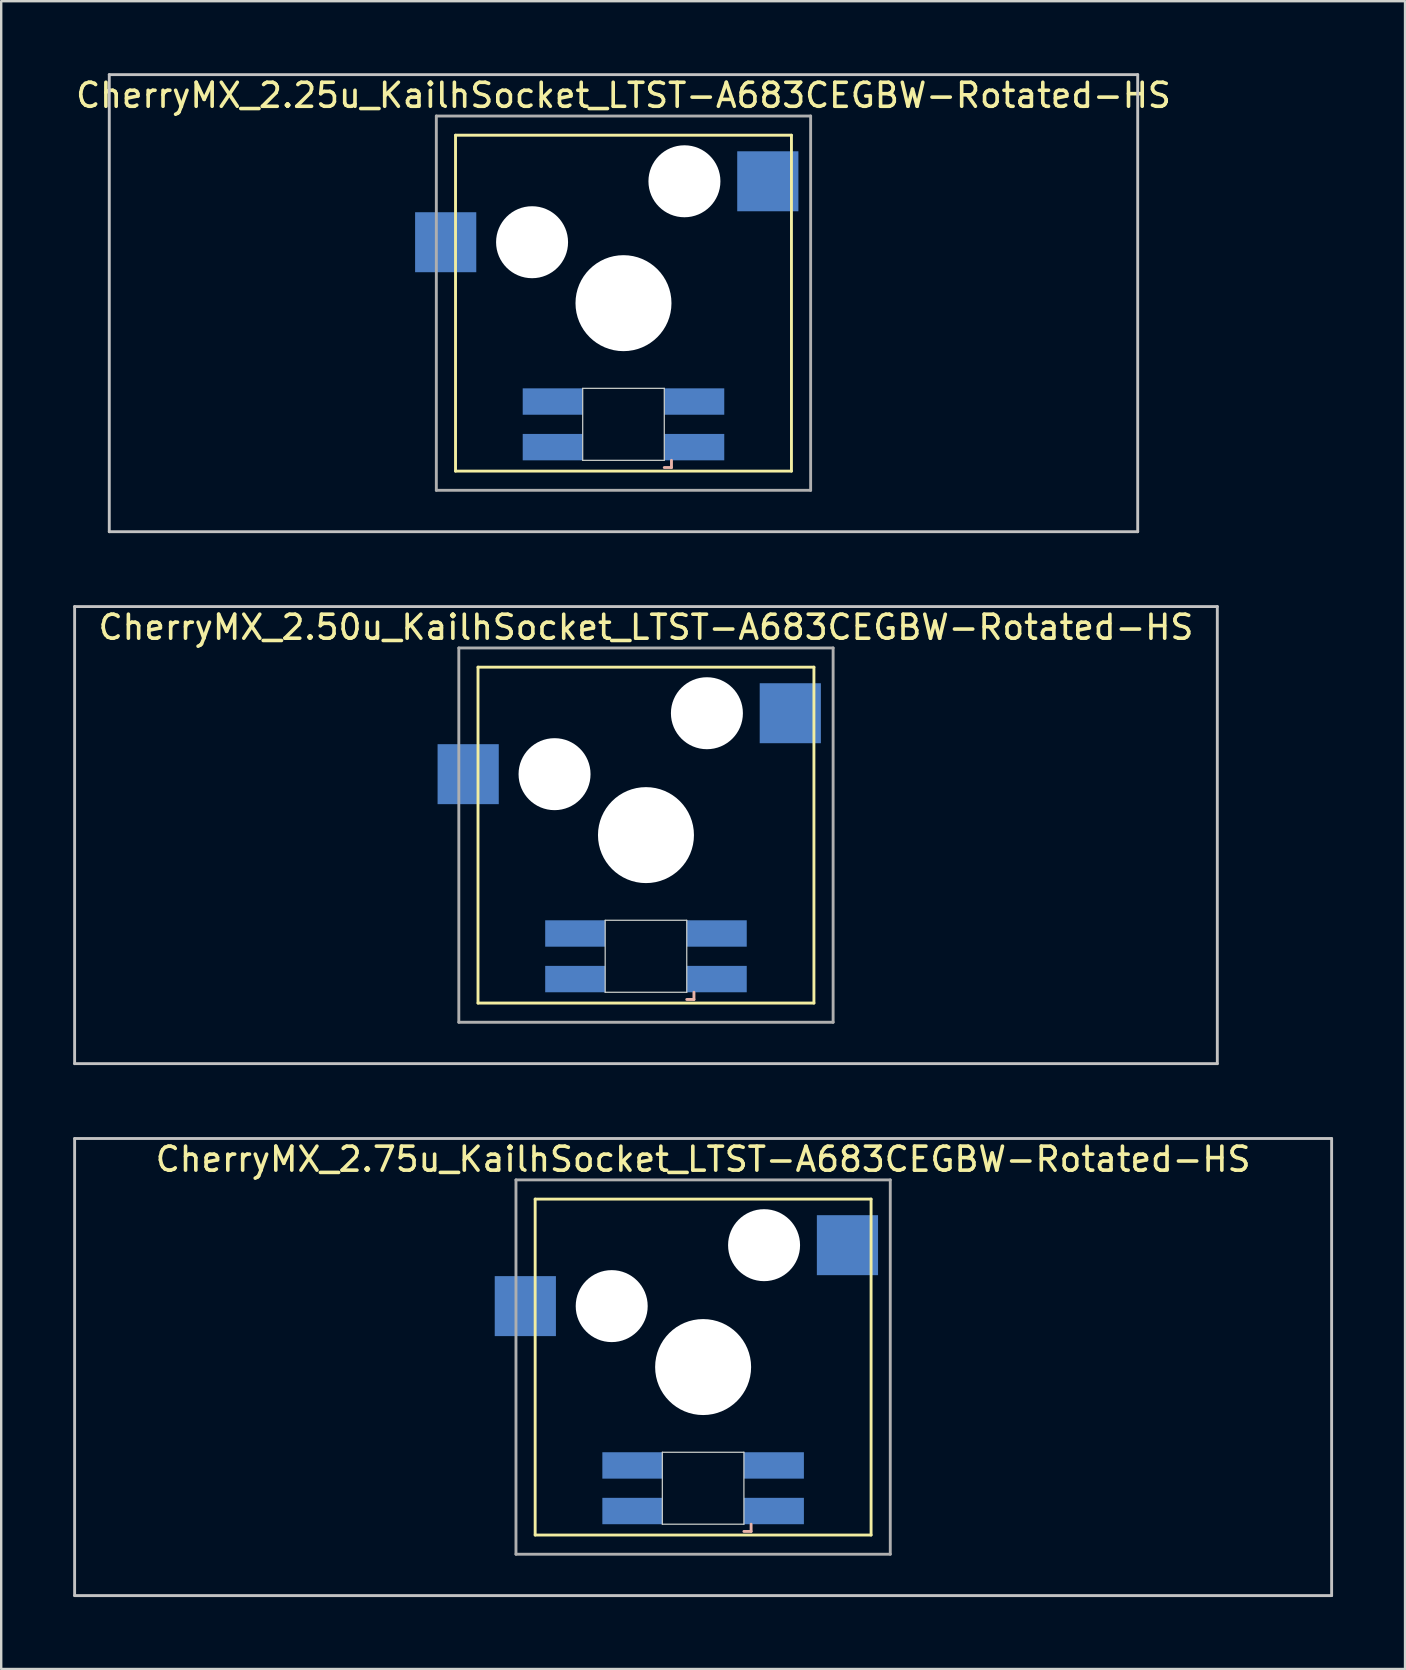
<source format=kicad_pcb>
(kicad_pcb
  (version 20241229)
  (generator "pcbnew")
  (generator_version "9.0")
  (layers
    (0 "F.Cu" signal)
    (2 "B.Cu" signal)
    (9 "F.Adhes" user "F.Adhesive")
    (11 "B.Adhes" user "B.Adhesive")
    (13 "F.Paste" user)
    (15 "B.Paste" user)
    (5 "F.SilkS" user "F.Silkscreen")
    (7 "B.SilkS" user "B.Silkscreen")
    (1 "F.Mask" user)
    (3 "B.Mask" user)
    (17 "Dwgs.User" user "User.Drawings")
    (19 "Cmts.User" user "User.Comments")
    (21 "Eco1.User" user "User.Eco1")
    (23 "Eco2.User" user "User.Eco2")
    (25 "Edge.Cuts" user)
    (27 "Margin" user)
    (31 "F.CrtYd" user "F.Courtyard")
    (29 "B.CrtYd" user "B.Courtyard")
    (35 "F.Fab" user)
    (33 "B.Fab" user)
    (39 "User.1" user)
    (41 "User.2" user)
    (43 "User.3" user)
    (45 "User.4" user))
  (footprint "CherryMX_2.50u_KailhSocket_LTST-A683CEGBW-Rotated-HS"
    (layer "F.Cu")
    (at 23.872 31.755)
    (property "Reference" "CherryMX_2.50u_KailhSocket_LTST-A683CEGBW-Rotated-HS" (at 0 -8.662 0) (layer "F.SilkS") (effects (font (size 1 1) (thickness 0.15))))
    (attr through_hole)
    (fp_line (start -7 -7) (end -7 7) (stroke (width 0.12) (type solid)) (layer "F.SilkS"))
    (fp_line (start -7 -7) (end 7 -7) (stroke (width 0.12) (type solid)) (layer "F.SilkS"))
    (fp_line (start 7 -7) (end 7 7) (stroke (width 0.12) (type solid)) (layer "F.SilkS"))
    (fp_line (start 7 7) (end -7 7) (stroke (width 0.12) (type solid)) (layer "F.SilkS"))
    (fp_line (start 1.7 6.85) (end 2 6.85) (stroke (width 0.12) (type solid)) (layer "B.SilkS"))
    (fp_line (start 2 6.85) (end 2 6.55) (stroke (width 0.12) (type solid)) (layer "B.SilkS"))
    (fp_line (start -23.812 -9.525) (end 23.812 -9.525) (stroke (width 0.12) (type solid)) (layer "Dwgs.User"))
    (fp_line (start -23.812 9.525) (end -23.812 -9.525) (stroke (width 0.12) (type solid)) (layer "Dwgs.User"))
    (fp_line (start 23.812 -9.525) (end 23.812 9.525) (stroke (width 0.12) (type solid)) (layer "Dwgs.User"))
    (fp_line (start 23.812 9.525) (end -23.812 9.525) (stroke (width 0.12) (type solid)) (layer "Dwgs.User"))
    (fp_line (start -1.7 3.55) (end 1.7 3.55) (stroke (width 0.05) (type solid)) (layer "Edge.Cuts"))
    (fp_line (start -1.7 6.55) (end -1.7 3.55) (stroke (width 0.05) (type solid)) (layer "Edge.Cuts"))
    (fp_line (start 1.7 3.55) (end 1.7 6.55) (stroke (width 0.05) (type solid)) (layer "Edge.Cuts"))
    (fp_line (start 1.7 6.55) (end -1.7 6.55) (stroke (width 0.05) (type solid)) (layer "Edge.Cuts"))
    (fp_line (start -7.8 -7.8) (end -7.8 7.8) (stroke (width 0.12) (type solid)) (layer "F.Fab"))
    (fp_line (start -7.8 -7.8) (end 7.8 -7.8) (stroke (width 0.12) (type solid)) (layer "F.Fab"))
    (fp_line (start -7.8 7.8) (end 7.8 7.8) (stroke (width 0.12) (type solid)) (layer "F.Fab"))
    (fp_line (start 7.8 -7.8) (end 7.8 7.8) (stroke (width 0.12) (type solid)) (layer "F.Fab"))
    (pad "" np_thru_hole circle (at -3.81 -2.54) (size 3 3) (drill 3) (layers "*.Cu" "*.Mask"))
    (pad "" np_thru_hole circle (at 0 0) (size 4 4) (drill 4) (layers "*.Cu" "*.Mask"))
    (pad "" np_thru_hole circle (at 2.54 -5.08) (size 3 3) (drill 3) (layers "*.Cu" "*.Mask"))
    (pad "1" smd rect (at -7.41 -2.54) (size 2.55 2.5) (layers "B.Cu" "B.Mask" "B.Paste"))
    (pad "2" smd rect (at 6.015 -5.08) (size 2.55 2.5) (layers "B.Cu" "B.Mask" "B.Paste"))
    (pad "3" smd rect (at 2.95 6) (size 2.5 1.1) (layers "B.Cu" "B.Mask" "B.Paste"))
    (pad "4" smd rect (at 2.95 4.1) (size 2.5 1.1) (layers "B.Cu" "B.Mask" "B.Paste"))
    (pad "5" smd rect (at -2.95 6) (size 2.5 1.1) (layers "B.Cu" "B.Mask" "B.Paste"))
    (pad "6" smd rect (at -2.95 4.1) (size 2.5 1.1) (layers "B.Cu" "B.Mask" "B.Paste")))
  (footprint "CherryMX_2.75u_KailhSocket_LTST-A683CEGBW-Rotated-HS"
    (layer "F.Cu")
    (at 26.254 53.925)
    (property "Reference" "CherryMX_2.75u_KailhSocket_LTST-A683CEGBW-Rotated-HS" (at 0 -8.662 0) (layer "F.SilkS") (effects (font (size 1 1) (thickness 0.15))))
    (attr through_hole)
    (fp_line (start -7 -7) (end -7 7) (stroke (width 0.12) (type solid)) (layer "F.SilkS"))
    (fp_line (start -7 -7) (end 7 -7) (stroke (width 0.12) (type solid)) (layer "F.SilkS"))
    (fp_line (start 7 -7) (end 7 7) (stroke (width 0.12) (type solid)) (layer "F.SilkS"))
    (fp_line (start 7 7) (end -7 7) (stroke (width 0.12) (type solid)) (layer "F.SilkS"))
    (fp_line (start 1.7 6.85) (end 2 6.85) (stroke (width 0.12) (type solid)) (layer "B.SilkS"))
    (fp_line (start 2 6.85) (end 2 6.55) (stroke (width 0.12) (type solid)) (layer "B.SilkS"))
    (fp_line (start -26.194 -9.525) (end 26.194 -9.525) (stroke (width 0.12) (type solid)) (layer "Dwgs.User"))
    (fp_line (start -26.194 9.525) (end -26.194 -9.525) (stroke (width 0.12) (type solid)) (layer "Dwgs.User"))
    (fp_line (start 26.194 -9.525) (end 26.194 9.525) (stroke (width 0.12) (type solid)) (layer "Dwgs.User"))
    (fp_line (start 26.194 9.525) (end -26.194 9.525) (stroke (width 0.12) (type solid)) (layer "Dwgs.User"))
    (fp_line (start -1.7 3.55) (end 1.7 3.55) (stroke (width 0.05) (type solid)) (layer "Edge.Cuts"))
    (fp_line (start -1.7 6.55) (end -1.7 3.55) (stroke (width 0.05) (type solid)) (layer "Edge.Cuts"))
    (fp_line (start 1.7 3.55) (end 1.7 6.55) (stroke (width 0.05) (type solid)) (layer "Edge.Cuts"))
    (fp_line (start 1.7 6.55) (end -1.7 6.55) (stroke (width 0.05) (type solid)) (layer "Edge.Cuts"))
    (fp_line (start -7.8 -7.8) (end -7.8 7.8) (stroke (width 0.12) (type solid)) (layer "F.Fab"))
    (fp_line (start -7.8 -7.8) (end 7.8 -7.8) (stroke (width 0.12) (type solid)) (layer "F.Fab"))
    (fp_line (start -7.8 7.8) (end 7.8 7.8) (stroke (width 0.12) (type solid)) (layer "F.Fab"))
    (fp_line (start 7.8 -7.8) (end 7.8 7.8) (stroke (width 0.12) (type solid)) (layer "F.Fab"))
    (pad "" np_thru_hole circle (at -3.81 -2.54) (size 3 3) (drill 3) (layers "*.Cu" "*.Mask"))
    (pad "" np_thru_hole circle (at 0 0) (size 4 4) (drill 4) (layers "*.Cu" "*.Mask"))
    (pad "" np_thru_hole circle (at 2.54 -5.08) (size 3 3) (drill 3) (layers "*.Cu" "*.Mask"))
    (pad "1" smd rect (at -7.41 -2.54) (size 2.55 2.5) (layers "B.Cu" "B.Mask" "B.Paste"))
    (pad "2" smd rect (at 6.015 -5.08) (size 2.55 2.5) (layers "B.Cu" "B.Mask" "B.Paste"))
    (pad "3" smd rect (at 2.95 6) (size 2.5 1.1) (layers "B.Cu" "B.Mask" "B.Paste"))
    (pad "4" smd rect (at 2.95 4.1) (size 2.5 1.1) (layers "B.Cu" "B.Mask" "B.Paste"))
    (pad "5" smd rect (at -2.95 6) (size 2.5 1.1) (layers "B.Cu" "B.Mask" "B.Paste"))
    (pad "6" smd rect (at -2.95 4.1) (size 2.5 1.1) (layers "B.Cu" "B.Mask" "B.Paste")))
  (footprint "CherryMX_2.25u_KailhSocket_LTST-A683CEGBW-Rotated-HS"
    (layer "F.Cu")
    (at 22.935 9.585)
    (property "Reference" "CherryMX_2.25u_KailhSocket_LTST-A683CEGBW-Rotated-HS" (at 0 -8.662 0) (layer "F.SilkS") (effects (font (size 1 1) (thickness 0.15))))
    (attr through_hole)
    (fp_line (start -7 -7) (end -7 7) (stroke (width 0.12) (type solid)) (layer "F.SilkS"))
    (fp_line (start -7 -7) (end 7 -7) (stroke (width 0.12) (type solid)) (layer "F.SilkS"))
    (fp_line (start 7 -7) (end 7 7) (stroke (width 0.12) (type solid)) (layer "F.SilkS"))
    (fp_line (start 7 7) (end -7 7) (stroke (width 0.12) (type solid)) (layer "F.SilkS"))
    (fp_line (start 1.7 6.85) (end 2 6.85) (stroke (width 0.12) (type solid)) (layer "B.SilkS"))
    (fp_line (start 2 6.85) (end 2 6.55) (stroke (width 0.12) (type solid)) (layer "B.SilkS"))
    (fp_line (start -21.431 -9.525) (end 21.431 -9.525) (stroke (width 0.12) (type solid)) (layer "Dwgs.User"))
    (fp_line (start -21.431 9.525) (end -21.431 -9.525) (stroke (width 0.12) (type solid)) (layer "Dwgs.User"))
    (fp_line (start 21.431 -9.525) (end 21.431 9.525) (stroke (width 0.12) (type solid)) (layer "Dwgs.User"))
    (fp_line (start 21.431 9.525) (end -21.431 9.525) (stroke (width 0.12) (type solid)) (layer "Dwgs.User"))
    (fp_line (start -1.7 3.55) (end 1.7 3.55) (stroke (width 0.05) (type solid)) (layer "Edge.Cuts"))
    (fp_line (start -1.7 6.55) (end -1.7 3.55) (stroke (width 0.05) (type solid)) (layer "Edge.Cuts"))
    (fp_line (start 1.7 3.55) (end 1.7 6.55) (stroke (width 0.05) (type solid)) (layer "Edge.Cuts"))
    (fp_line (start 1.7 6.55) (end -1.7 6.55) (stroke (width 0.05) (type solid)) (layer "Edge.Cuts"))
    (fp_line (start -7.8 -7.8) (end -7.8 7.8) (stroke (width 0.12) (type solid)) (layer "F.Fab"))
    (fp_line (start -7.8 -7.8) (end 7.8 -7.8) (stroke (width 0.12) (type solid)) (layer "F.Fab"))
    (fp_line (start -7.8 7.8) (end 7.8 7.8) (stroke (width 0.12) (type solid)) (layer "F.Fab"))
    (fp_line (start 7.8 -7.8) (end 7.8 7.8) (stroke (width 0.12) (type solid)) (layer "F.Fab"))
    (pad "" np_thru_hole circle (at -3.81 -2.54) (size 3 3) (drill 3) (layers "*.Cu" "*.Mask"))
    (pad "" np_thru_hole circle (at 0 0) (size 4 4) (drill 4) (layers "*.Cu" "*.Mask"))
    (pad "" np_thru_hole circle (at 2.54 -5.08) (size 3 3) (drill 3) (layers "*.Cu" "*.Mask"))
    (pad "1" smd rect (at -7.41 -2.54) (size 2.55 2.5) (layers "B.Cu" "B.Mask" "B.Paste"))
    (pad "2" smd rect (at 6.015 -5.08) (size 2.55 2.5) (layers "B.Cu" "B.Mask" "B.Paste"))
    (pad "3" smd rect (at 2.95 6) (size 2.5 1.1) (layers "B.Cu" "B.Mask" "B.Paste"))
    (pad "4" smd rect (at 2.95 4.1) (size 2.5 1.1) (layers "B.Cu" "B.Mask" "B.Paste"))
    (pad "5" smd rect (at -2.95 6) (size 2.5 1.1) (layers "B.Cu" "B.Mask" "B.Paste"))
    (pad "6" smd rect (at -2.95 4.1) (size 2.5 1.1) (layers "B.Cu" "B.Mask" "B.Paste")))
  (gr_rect
    (start -3 -3)
    (end 55.508 66.51)
    (stroke (width 0.1) (type default))
    (fill no)
    (layer "Edge.Cuts")))
</source>
